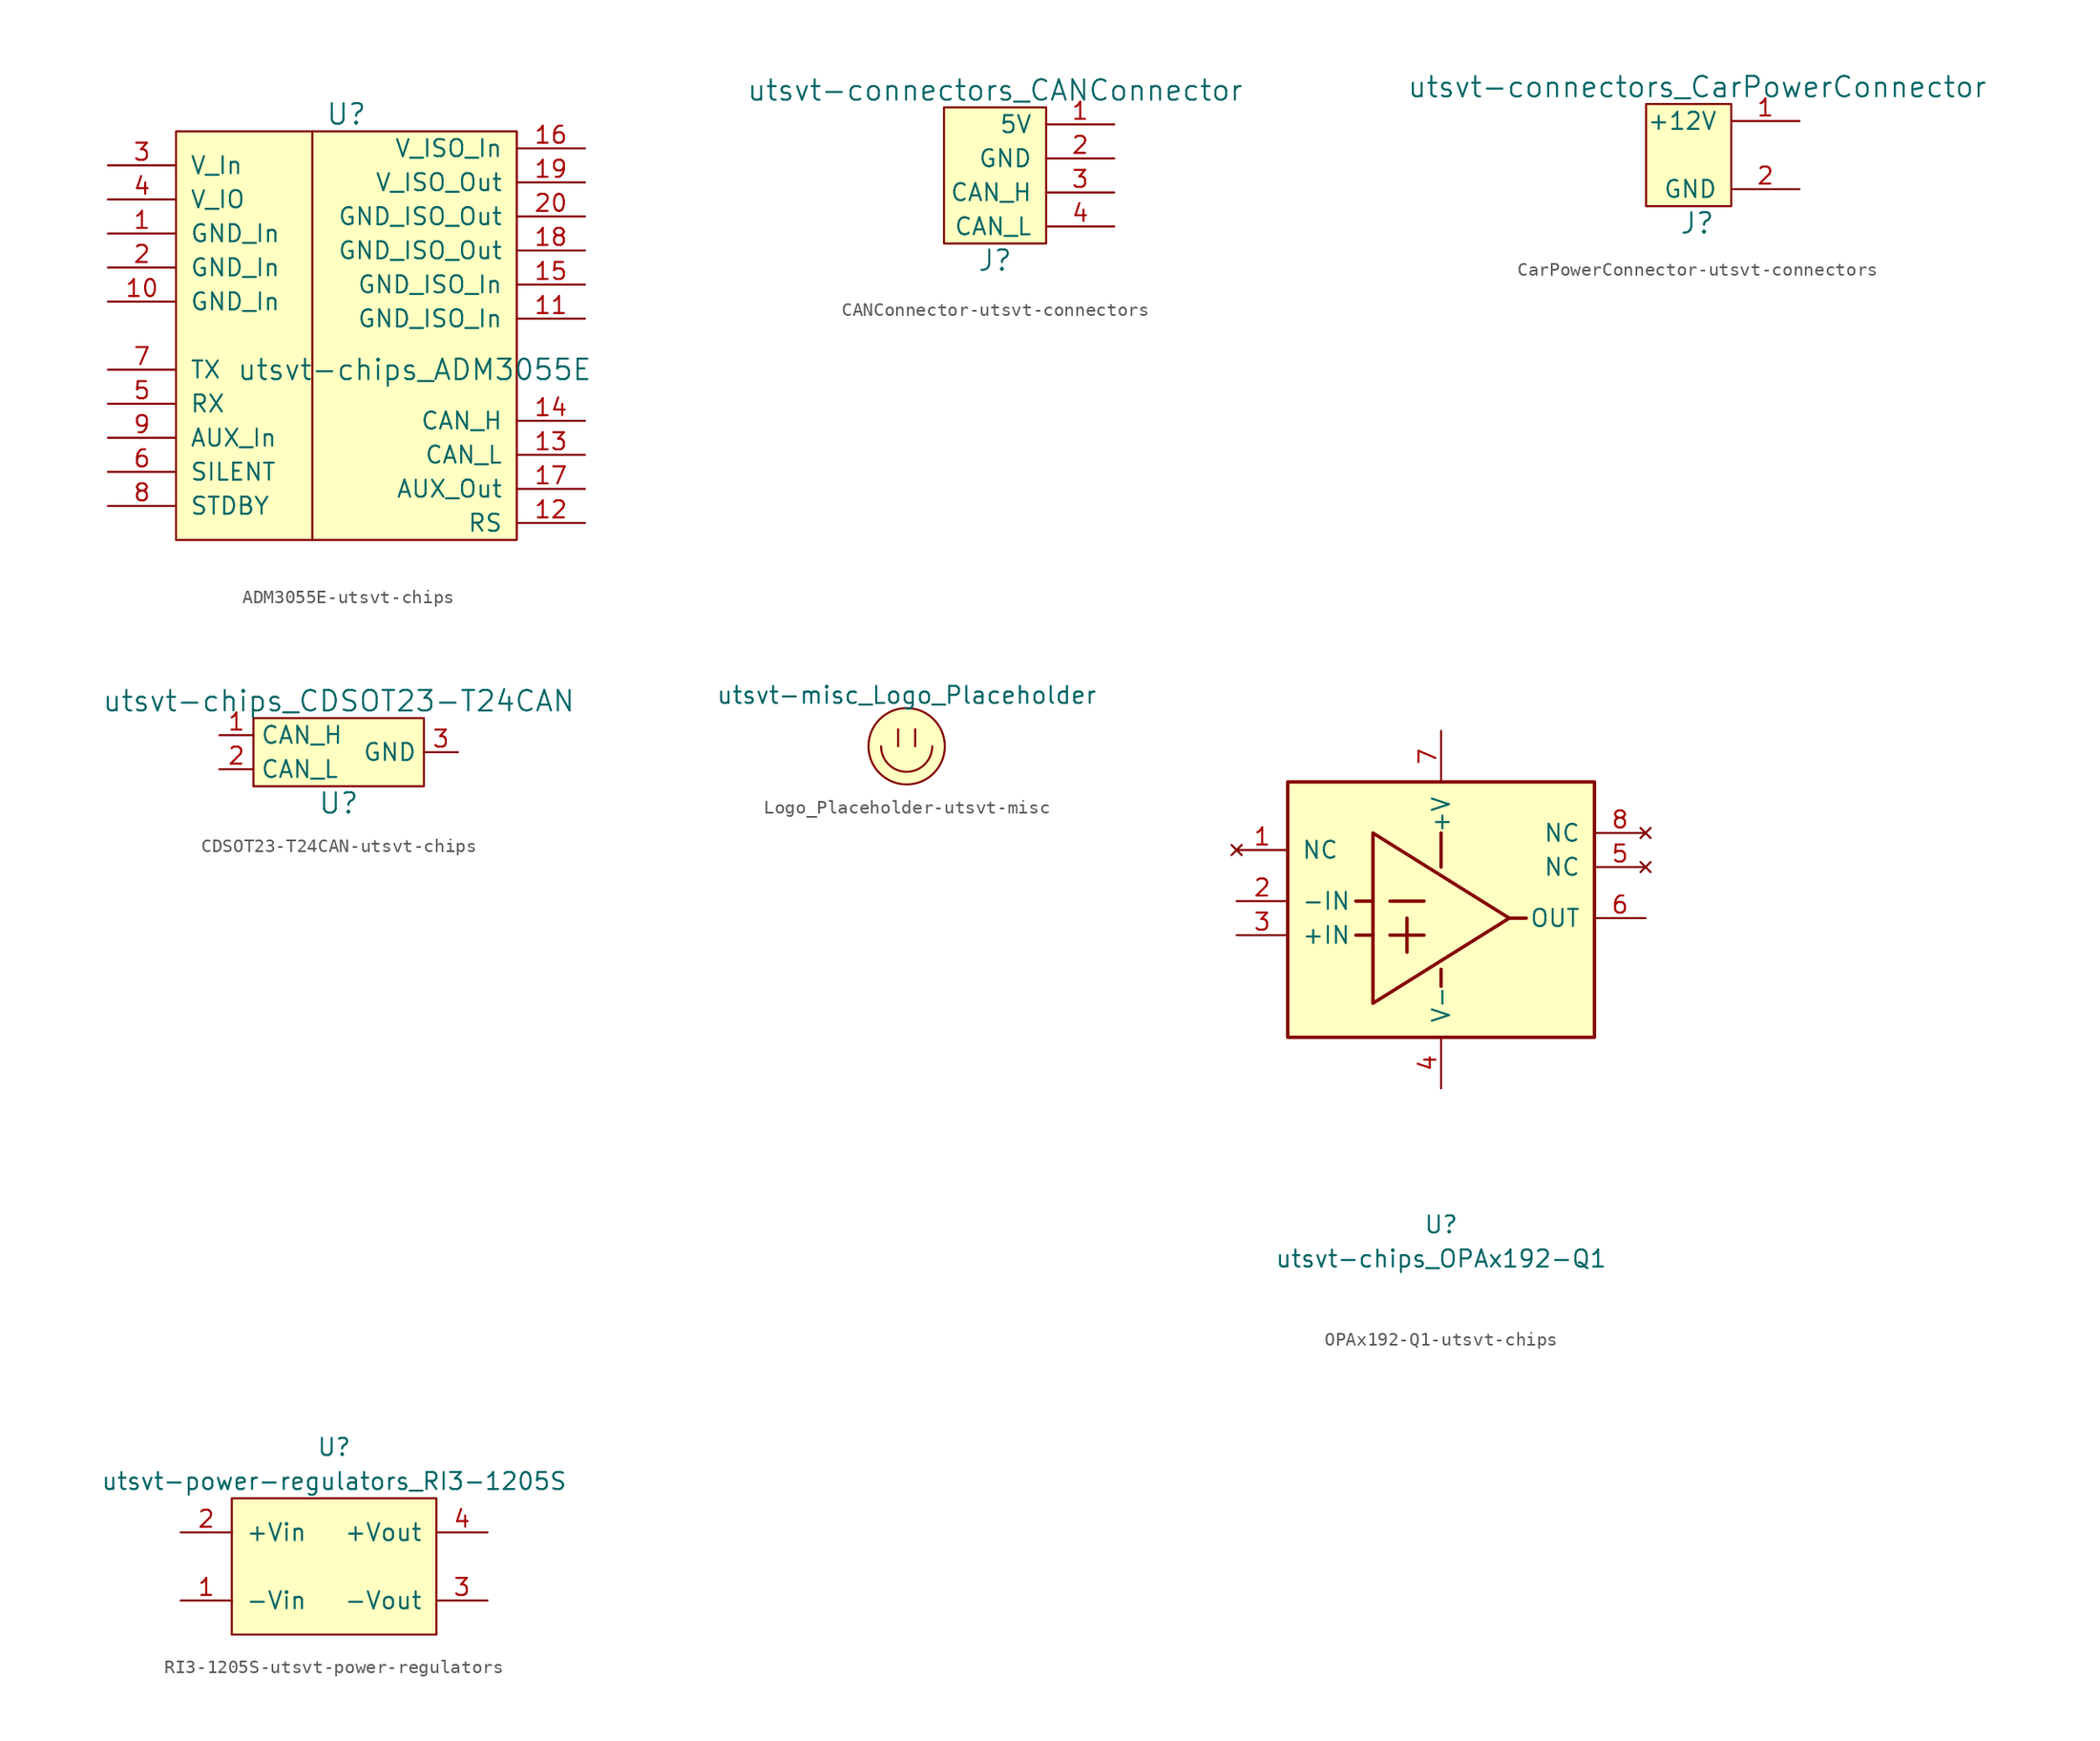
<source format=kicad_sym>
(kicad_symbol_lib
  (version 20220914)
  (generator kicad_symbol_editor)
  (symbol "ADM3055E-utsvt-chips"
    (pin_names
      (offset 1.016))
    (property "Reference" "U"
      (at 0 16.51 0)
      (effects (font (size 1.524 1.524))))
    (property "Value" "utsvt-chips_ADM3055E"
      (at 5.08 -2.54 0)
      (effects (font (size 1.524 1.524))))
    (symbol "ADM3055E-utsvt-chips_0_1"
      (rectangle (start -12.7 15.24) (end 12.7 -15.24) (stroke (width 0) (type solid)) (fill (type background)))
      (polyline (pts (xy -2.54 15.24) (xy -2.54 -15.24)) (stroke (width 0) (type solid)) (fill (type none))))
    (symbol "ADM3055E-utsvt-chips_1_1"
      (pin power_in line (at -17.78 7.62 0) (length 5.08) (name "GND_In" (effects (font (size 1.27 1.27)))) (number "1" (effects (font (size 1.27 1.27)))))
      (pin power_in line (at -17.78 2.54 0) (length 5.08) (name "GND_In" (effects (font (size 1.27 1.27)))) (number "10" (effects (font (size 1.27 1.27)))))
      (pin power_in line (at 17.78 1.27 180) (length 5.08) (name "GND_ISO_In" (effects (font (size 1.27 1.27)))) (number "11" (effects (font (size 1.27 1.27)))))
      (pin input line (at 17.78 -13.97 180) (length 5.08) (name "RS" (effects (font (size 1.27 1.27)))) (number "12" (effects (font (size 1.27 1.27)))))
      (pin bidirectional line (at 17.78 -8.89 180) (length 5.08) (name "CAN_L" (effects (font (size 1.27 1.27)))) (number "13" (effects (font (size 1.27 1.27)))))
      (pin bidirectional line (at 17.78 -6.35 180) (length 5.08) (name "CAN_H" (effects (font (size 1.27 1.27)))) (number "14" (effects (font (size 1.27 1.27)))))
      (pin power_in line (at 17.78 3.81 180) (length 5.08) (name "GND_ISO_In" (effects (font (size 1.27 1.27)))) (number "15" (effects (font (size 1.27 1.27)))))
      (pin power_in line (at 17.78 13.97 180) (length 5.08) (name "V_ISO_In" (effects (font (size 1.27 1.27)))) (number "16" (effects (font (size 1.27 1.27)))))
      (pin output line (at 17.78 -11.43 180) (length 5.08) (name "AUX_Out" (effects (font (size 1.27 1.27)))) (number "17" (effects (font (size 1.27 1.27)))))
      (pin power_out line (at 17.78 6.35 180) (length 5.08) (name "GND_ISO_Out" (effects (font (size 1.27 1.27)))) (number "18" (effects (font (size 1.27 1.27)))))
      (pin power_out line (at 17.78 11.43 180) (length 5.08) (name "V_ISO_Out" (effects (font (size 1.27 1.27)))) (number "19" (effects (font (size 1.27 1.27)))))
      (pin power_in line (at -17.78 5.08 0) (length 5.08) (name "GND_In" (effects (font (size 1.27 1.27)))) (number "2" (effects (font (size 1.27 1.27)))))
      (pin power_out line (at 17.78 8.89 180) (length 5.08) (name "GND_ISO_Out" (effects (font (size 1.27 1.27)))) (number "20" (effects (font (size 1.27 1.27)))))
      (pin power_in line (at -17.78 12.7 0) (length 5.08) (name "V_In" (effects (font (size 1.27 1.27)))) (number "3" (effects (font (size 1.27 1.27)))))
      (pin power_in line (at -17.78 10.16 0) (length 5.08) (name "V_IO" (effects (font (size 1.27 1.27)))) (number "4" (effects (font (size 1.27 1.27)))))
      (pin output line (at -17.78 -5.08 0) (length 5.08) (name "RX" (effects (font (size 1.27 1.27)))) (number "5" (effects (font (size 1.27 1.27)))))
      (pin input line (at -17.78 -10.16 0) (length 5.08) (name "SILENT" (effects (font (size 1.27 1.27)))) (number "6" (effects (font (size 1.27 1.27)))))
      (pin input line (at -17.78 -2.54 0) (length 5.08) (name "TX" (effects (font (size 1.27 1.27)))) (number "7" (effects (font (size 1.27 1.27)))))
      (pin input line (at -17.78 -12.7 0) (length 5.08) (name "STDBY" (effects (font (size 1.27 1.27)))) (number "8" (effects (font (size 1.27 1.27)))))
      (pin input line (at -17.78 -7.62 0) (length 5.08) (name "AUX_In" (effects (font (size 1.27 1.27)))) (number "9" (effects (font (size 1.27 1.27)))))))
  (symbol "CANConnector-utsvt-connectors"
    (pin_names
      (offset 1.016))
    (property "Reference" "J"
      (at 0 -6.35 0)
      (effects (font (size 1.524 1.524))))
    (property "Value" "utsvt-connectors_CANConnector"
      (at 0 6.35 0)
      (effects (font (size 1.524 1.524))))
    (symbol "CANConnector-utsvt-connectors_0_1"
      (rectangle (start 3.81 5.08) (end -3.81 -5.08) (stroke (width 0) (type solid)) (fill (type background))))
    (symbol "CANConnector-utsvt-connectors_1_1"
      (pin power_in line (at 8.89 3.81 180) (length 5.08) (name "5V" (effects (font (size 1.27 1.27)))) (number "1" (effects (font (size 1.27 1.27)))))
      (pin power_in line (at 8.89 1.27 180) (length 5.08) (name "GND" (effects (font (size 1.27 1.27)))) (number "2" (effects (font (size 1.27 1.27)))))
      (pin bidirectional line (at 8.89 -1.27 180) (length 5.08) (name "CAN_H" (effects (font (size 1.27 1.27)))) (number "3" (effects (font (size 1.27 1.27)))))
      (pin bidirectional line (at 8.89 -3.81 180) (length 5.08) (name "CAN_L" (effects (font (size 1.27 1.27)))) (number "4" (effects (font (size 1.27 1.27)))))))
  (symbol "CarPowerConnector-utsvt-connectors"
    (pin_names
      (offset 1.016))
    (property "Reference" "J"
      (at 0 -5.08 0)
      (effects (font (size 1.524 1.524))))
    (property "Value" "utsvt-connectors_CarPowerConnector"
      (at 0 5.08 0)
      (effects (font (size 1.524 1.524))))
    (symbol "CarPowerConnector-utsvt-connectors_0_1"
      (rectangle (start 2.54 3.81) (end -3.81 -3.81) (stroke (width 0) (type solid)) (fill (type background))))
    (symbol "CarPowerConnector-utsvt-connectors_1_1"
      (pin power_out line (at 7.62 2.54 180) (length 5.08) (name "+12V" (effects (font (size 1.27 1.27)))) (number "1" (effects (font (size 1.27 1.27)))))
      (pin power_out line (at 7.62 -2.54 180) (length 5.08) (name "GND" (effects (font (size 1.27 1.27)))) (number "2" (effects (font (size 1.27 1.27)))))))
  (symbol "CDSOT23-T24CAN-utsvt-chips"
    (property "Reference" "U"
      (at 0 -3.81 0)
      (effects (font (size 1.524 1.524))))
    (property "Value" "utsvt-chips_CDSOT23-T24CAN"
      (at 0 3.81 0)
      (effects (font (size 1.524 1.524))))
    (symbol "CDSOT23-T24CAN-utsvt-chips_0_1"
      (rectangle (start 6.35 2.54) (end -6.35 -2.54) (stroke (width 0) (type solid)) (fill (type background))))
    (symbol "CDSOT23-T24CAN-utsvt-chips_1_1"
      (pin passive line (at -8.89 1.27 0) (length 2.54) (name "CAN_H" (effects (font (size 1.27 1.27)))) (number "1" (effects (font (size 1.27 1.27)))))
      (pin passive line (at -8.89 -1.27 0) (length 2.54) (name "CAN_L" (effects (font (size 1.27 1.27)))) (number "2" (effects (font (size 1.27 1.27)))))
      (pin passive line (at 8.89 0 180) (length 2.54) (name "GND" (effects (font (size 1.27 1.27)))) (number "3" (effects (font (size 1.27 1.27)))))))
  (symbol "Logo_Placeholder-utsvt-misc"
    (pin_names
      (offset 1.016))
    (property "Reference" "LOGO"
      (at 0 3.81 0)
      (effects (font (size 1.27 1.27)) hide))
    (property "Value" "utsvt-misc_Logo_Placeholder"
      (at 0 3.81 0)
      (effects (font (size 1.27 1.27))))
    (symbol "Logo_Placeholder-utsvt-misc_0_1"
      (arc (start -1.905 0) (mid 0 -1.8967) (end 1.905 0) (stroke (width 0) (type solid)) (fill (type none)))
      (polyline (pts (xy -0.635 1.27) (xy -0.635 0)) (stroke (width 0) (type solid)) (fill (type none)))
      (polyline (pts (xy 0.635 1.27) (xy 0.635 0)) (stroke (width 0) (type solid)) (fill (type none)))
      (circle (center 0 0) (radius 2.845) (stroke (width 0) (type solid)) (fill (type background)))))
  (symbol "OPAx192-Q1-utsvt-chips"
    (pin_names
      (offset 1.016))
    (property "Reference" "U"
      (at 0 2.54 0)
      (effects (font (size 1.27 1.27))))
    (property "Value" "utsvt-chips_OPAx192-Q1"
      (at 0 0 0)
      (effects (font (size 1.27 1.27))))
    (symbol "OPAx192-Q1-utsvt-chips_0_1"
      (rectangle (start -11.43 35.56) (end 11.43 16.51) (stroke (width 0.254) (type solid)) (fill (type background)))
      (polyline (pts (xy -6.35 24.13) (xy -5.08 24.13)) (stroke (width 0.254) (type solid)) (fill (type none)))
      (polyline (pts (xy -6.35 26.67) (xy -5.08 26.67)) (stroke (width 0.254) (type solid)) (fill (type none)))
      (polyline (pts (xy -3.81 26.67) (xy -1.27 26.67)) (stroke (width 0.254) (type solid)) (fill (type none)))
      (polyline (pts (xy -2.54 25.4) (xy -2.54 22.86)) (stroke (width 0.254) (type solid)) (fill (type none)))
      (polyline (pts (xy 0 20.32) (xy 0 21.59)) (stroke (width 0.254) (type solid)) (fill (type none)))
      (polyline (pts (xy 0 31.75) (xy 0 29.21)) (stroke (width 0.254) (type solid)) (fill (type none)))
      (polyline (pts (xy 5.08 25.4) (xy 6.35 25.4)) (stroke (width 0.254) (type solid)) (fill (type none)))
      (polyline (pts (xy -5.08 31.75) (xy -5.08 19.05) (xy 5.08 25.4) (xy -5.08 31.75)) (stroke (width 0.254) (type solid)) (fill (type none)))
      (polyline (pts (xy -2.54 24.13) (xy -3.81 24.13) (xy -2.54 24.13) (xy -1.27 24.13)) (stroke (width 0.254) (type solid)) (fill (type none))))
    (symbol "OPAx192-Q1-utsvt-chips_1_1"
      (pin no_connect line (at -15.24 30.48 0) (length 3.81) (name "NC" (effects (font (size 1.27 1.27)))) (number "1" (effects (font (size 1.27 1.27)))))
      (pin input line (at -15.24 26.67 0) (length 3.81) (name "-IN" (effects (font (size 1.27 1.27)))) (number "2" (effects (font (size 1.27 1.27)))))
      (pin input line (at -15.24 24.13 0) (length 3.81) (name "+IN" (effects (font (size 1.27 1.27)))) (number "3" (effects (font (size 1.27 1.27)))))
      (pin power_in line (at 0 12.7 90) (length 3.81) (name "V-" (effects (font (size 1.27 1.27)))) (number "4" (effects (font (size 1.27 1.27)))))
      (pin no_connect line (at 15.24 29.21 180) (length 3.81) (name "NC" (effects (font (size 1.27 1.27)))) (number "5" (effects (font (size 1.27 1.27)))))
      (pin output line (at 15.24 25.4 180) (length 3.81) (name "OUT" (effects (font (size 1.27 1.27)))) (number "6" (effects (font (size 1.27 1.27)))))
      (pin power_in line (at 0 39.37 270) (length 3.81) (name "+V" (effects (font (size 1.27 1.27)))) (number "7" (effects (font (size 1.27 1.27)))))
      (pin no_connect line (at 15.24 31.75 180) (length 3.81) (name "NC" (effects (font (size 1.27 1.27)))) (number "8" (effects (font (size 1.27 1.27)))))))
  (symbol "RI3-1205S-utsvt-power-regulators"
    (pin_names
      (offset 1.016))
    (property "Reference" "U"
      (at 0 3.81 0)
      (effects (font (size 1.27 1.27))))
    (property "Value" "utsvt-power-regulators_RI3-1205S"
      (at 0 1.27 0)
      (effects (font (size 1.27 1.27))))
    (symbol "RI3-1205S-utsvt-power-regulators_0_1"
      (rectangle (start -7.62 0) (end 7.62 -10.16) (stroke (width 0) (type solid)) (fill (type background))))
    (symbol "RI3-1205S-utsvt-power-regulators_1_1"
      (pin input line (at -11.43 -7.62 0) (length 3.81) (name "-Vin" (effects (font (size 1.27 1.27)))) (number "1" (effects (font (size 1.27 1.27)))))
      (pin power_in line (at -11.43 -2.54 0) (length 3.81) (name "+Vin" (effects (font (size 1.27 1.27)))) (number "2" (effects (font (size 1.27 1.27)))))
      (pin power_out line (at 11.43 -7.62 180) (length 3.81) (name "-Vout" (effects (font (size 1.27 1.27)))) (number "3" (effects (font (size 1.27 1.27)))))
      (pin power_out line (at 11.43 -2.54 180) (length 3.81) (name "+Vout" (effects (font (size 1.27 1.27)))) (number "4" (effects (font (size 1.27 1.27))))))))
</source>
